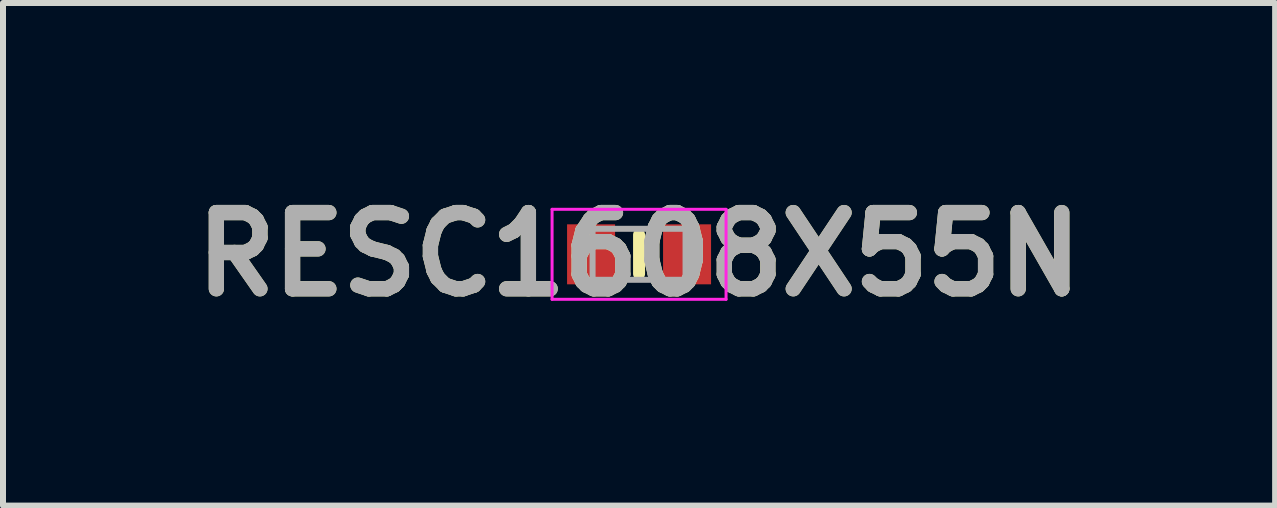
<source format=kicad_pcb>
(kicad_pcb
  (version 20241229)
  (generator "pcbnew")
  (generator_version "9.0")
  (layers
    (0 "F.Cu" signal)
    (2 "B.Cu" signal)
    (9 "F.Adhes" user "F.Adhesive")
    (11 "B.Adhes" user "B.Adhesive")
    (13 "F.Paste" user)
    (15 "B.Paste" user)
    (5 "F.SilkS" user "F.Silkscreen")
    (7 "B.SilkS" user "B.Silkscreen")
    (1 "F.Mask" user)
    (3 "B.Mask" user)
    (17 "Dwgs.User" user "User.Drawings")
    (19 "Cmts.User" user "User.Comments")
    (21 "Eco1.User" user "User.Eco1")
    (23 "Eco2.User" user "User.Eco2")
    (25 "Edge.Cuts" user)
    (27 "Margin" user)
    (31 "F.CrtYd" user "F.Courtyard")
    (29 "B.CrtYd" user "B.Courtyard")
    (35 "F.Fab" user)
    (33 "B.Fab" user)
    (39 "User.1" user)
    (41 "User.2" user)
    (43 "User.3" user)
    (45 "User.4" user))
  (footprint "RESC1608X55N"
    (layer "F.Cu")
    (at 7.602 1.189)
    (property "Reference" "RESC1608X55N" (at 0 0 0) (layer "F.SilkS") (effects (font (size 1.27 1.27) (thickness 0.254))))
    (attr smd)
    (fp_line (start 0 -0.325) (end 0 0.325) (stroke (width 0.2) (type solid)) (layer "F.SilkS"))
    (fp_line (start -1.45 -0.75) (end 1.45 -0.75) (stroke (width 0.05) (type solid)) (layer "F.CrtYd"))
    (fp_line (start -1.45 0.75) (end -1.45 -0.75) (stroke (width 0.05) (type solid)) (layer "F.CrtYd"))
    (fp_line (start 1.45 -0.75) (end 1.45 0.75) (stroke (width 0.05) (type solid)) (layer "F.CrtYd"))
    (fp_line (start 1.45 0.75) (end -1.45 0.75) (stroke (width 0.05) (type solid)) (layer "F.CrtYd"))
    (fp_line (start -0.775 -0.425) (end 0.775 -0.425) (stroke (width 0.1) (type solid)) (layer "F.Fab"))
    (fp_line (start -0.775 0.425) (end -0.775 -0.425) (stroke (width 0.1) (type solid)) (layer "F.Fab"))
    (fp_line (start 0.775 -0.425) (end 0.775 0.425) (stroke (width 0.1) (type solid)) (layer "F.Fab"))
    (fp_line (start 0.775 0.425) (end -0.775 0.425) (stroke (width 0.1) (type solid)) (layer "F.Fab"))
    (fp_text user "${REFERENCE}" (at 0 0 0) (layer "F.Fab") (effects (font (size 1.27 1.27) (thickness 0.254))))
    (pad "1" smd rect (at -0.8 0) (size 0.8 1) (layers "F.Cu" "F.Mask" "F.Paste"))
    (pad "2" smd rect (at 0.8 0) (size 0.8 1) (layers "F.Cu" "F.Mask" "F.Paste")))
  (gr_rect
    (start -3 -3)
    (end 18.204 5.377)
    (stroke (width 0.1) (type default))
    (fill no)
    (layer "Edge.Cuts")))
</source>
